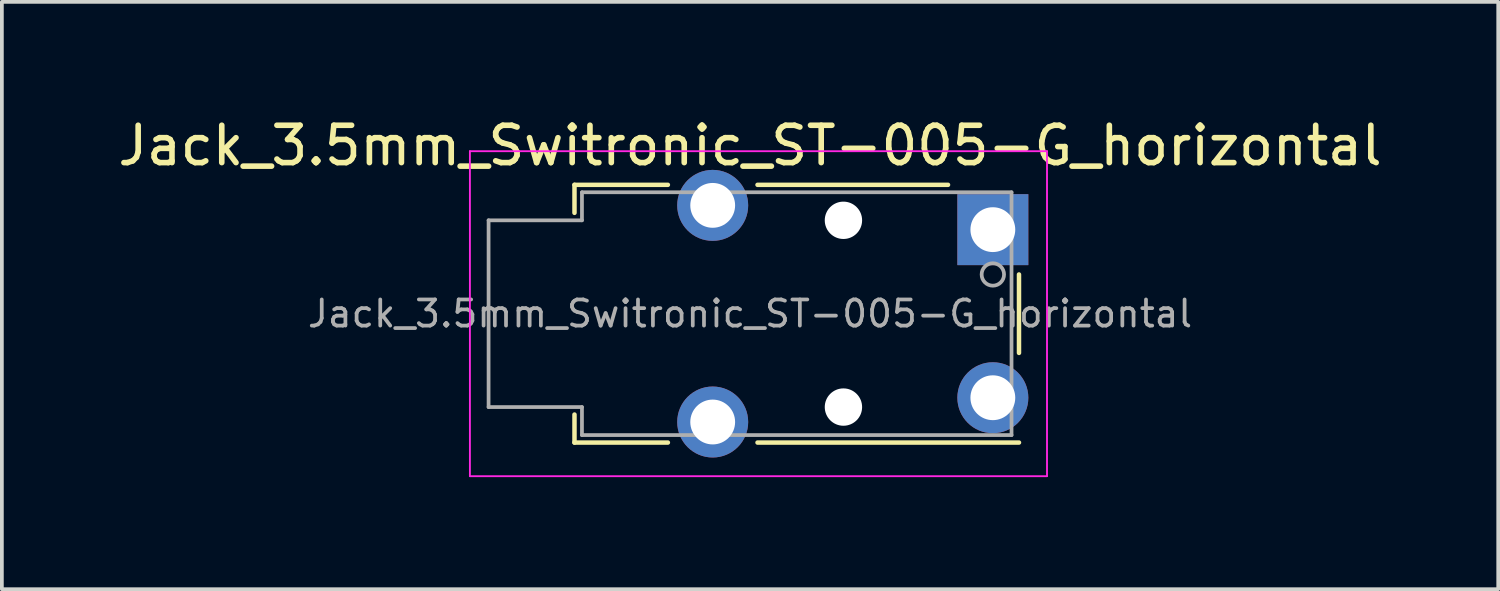
<source format=kicad_pcb>
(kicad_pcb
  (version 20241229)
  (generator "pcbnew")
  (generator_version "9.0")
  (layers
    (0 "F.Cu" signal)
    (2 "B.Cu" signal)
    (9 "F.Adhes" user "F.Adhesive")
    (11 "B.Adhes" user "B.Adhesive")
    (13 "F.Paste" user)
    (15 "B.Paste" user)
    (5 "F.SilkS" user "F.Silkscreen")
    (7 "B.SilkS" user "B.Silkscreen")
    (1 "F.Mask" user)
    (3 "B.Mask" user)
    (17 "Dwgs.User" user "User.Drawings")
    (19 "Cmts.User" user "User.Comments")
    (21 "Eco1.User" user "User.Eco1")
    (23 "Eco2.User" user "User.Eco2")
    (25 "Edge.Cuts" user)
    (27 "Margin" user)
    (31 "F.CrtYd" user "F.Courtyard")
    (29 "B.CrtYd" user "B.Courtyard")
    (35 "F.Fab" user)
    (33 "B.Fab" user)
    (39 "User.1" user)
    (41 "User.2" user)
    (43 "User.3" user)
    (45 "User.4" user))
  (footprint "Jack_3.5mm_Switronic_ST-005-G_horizontal"
    (layer "F.Cu")
    (at 17.03 5.348)
    (property "Reference" "Jack_3.5mm_Switronic_ST-005-G_horizontal" (at 0 -4.5 0) (layer "F.SilkS") (effects (font (size 1 1) (thickness 0.15))))
    (attr through_hole)
    (fp_line (start -4.7 -3.45) (end -2.2 -3.45) (stroke (width 0.12) (type solid)) (layer "F.SilkS"))
    (fp_line (start -4.7 -2.7) (end -4.7 -3.45) (stroke (width 0.12) (type solid)) (layer "F.SilkS"))
    (fp_line (start -4.7 3.45) (end -4.7 2.7) (stroke (width 0.12) (type solid)) (layer "F.SilkS"))
    (fp_line (start -2.2 3.45) (end -4.7 3.45) (stroke (width 0.12) (type solid)) (layer "F.SilkS"))
    (fp_line (start 0.2 -3.45) (end 5.3 -3.45) (stroke (width 0.12) (type solid)) (layer "F.SilkS"))
    (fp_line (start 0.2 3.45) (end 7.2 3.45) (stroke (width 0.12) (type solid)) (layer "F.SilkS"))
    (fp_line (start 7.2 -1.05) (end 7.2 1.05) (stroke (width 0.12) (type solid)) (layer "F.SilkS"))
    (fp_line (start -7.5 -4.35) (end -7.5 4.35) (stroke (width 0.05) (type solid)) (layer "F.CrtYd"))
    (fp_line (start -7.5 4.35) (end 7.95 4.35) (stroke (width 0.05) (type solid)) (layer "F.CrtYd"))
    (fp_line (start 7.95 -4.35) (end -7.5 -4.35) (stroke (width 0.05) (type solid)) (layer "F.CrtYd"))
    (fp_line (start 7.95 4.35) (end 7.95 -4.35) (stroke (width 0.05) (type solid)) (layer "F.CrtYd"))
    (fp_line (start -7 -2.5) (end -4.5 -2.5) (stroke (width 0.1) (type solid)) (layer "F.Fab"))
    (fp_line (start -7 2.5) (end -7 -2.5) (stroke (width 0.1) (type solid)) (layer "F.Fab"))
    (fp_line (start -4.5 -3.25) (end 7 -3.25) (stroke (width 0.1) (type solid)) (layer "F.Fab"))
    (fp_line (start -4.5 -2.5) (end -4.5 -3.25) (stroke (width 0.1) (type solid)) (layer "F.Fab"))
    (fp_line (start -4.5 2.5) (end -7 2.5) (stroke (width 0.1) (type solid)) (layer "F.Fab"))
    (fp_line (start -4.5 3.25) (end -4.5 2.5) (stroke (width 0.1) (type solid)) (layer "F.Fab"))
    (fp_line (start 7 -3.25) (end 7 3.25) (stroke (width 0.1) (type solid)) (layer "F.Fab"))
    (fp_line (start 7 3.25) (end -4.5 3.25) (stroke (width 0.1) (type solid)) (layer "F.Fab"))
    (fp_circle (center 6.5 -1.05) (end 6.8 -1.05) (stroke (width 0.1) (type solid)) (fill no) (layer "F.Fab"))
    (fp_text user "${REFERENCE}" (at 0 0 0) (layer "F.Fab") (effects (font (size 0.7 0.7) (thickness 0.1))))
    (pad "" np_thru_hole circle (at 2.5 -2.5) (size 1 1) (drill 1) (layers "*.Cu" "*.Mask"))
    (pad "" np_thru_hole circle (at 2.5 2.5) (size 1 1) (drill 1) (layers "*.Cu" "*.Mask"))
    (pad "R" thru_hole rect (at 6.5 -2.25) (size 1.9 1.9) (drill 1.2) (layers "*.Cu" "*.Mask"))
    (pad "S" thru_hole circle (at 6.5 2.25) (size 1.9 1.9) (drill 1.2) (layers "*.Cu" "*.Mask"))
    (pad "T" thru_hole circle (at -1 -2.9) (size 1.9 1.9) (drill 1.2) (layers "*.Cu" "*.Mask"))
    (pad "T" thru_hole circle (at -1 2.9) (size 1.9 1.9) (drill 1.2) (layers "*.Cu" "*.Mask")))
  (gr_rect
    (start -3 -3)
    (end 37.06 12.723)
    (stroke (width 0.1) (type default))
    (fill no)
    (layer "Edge.Cuts")))
</source>
